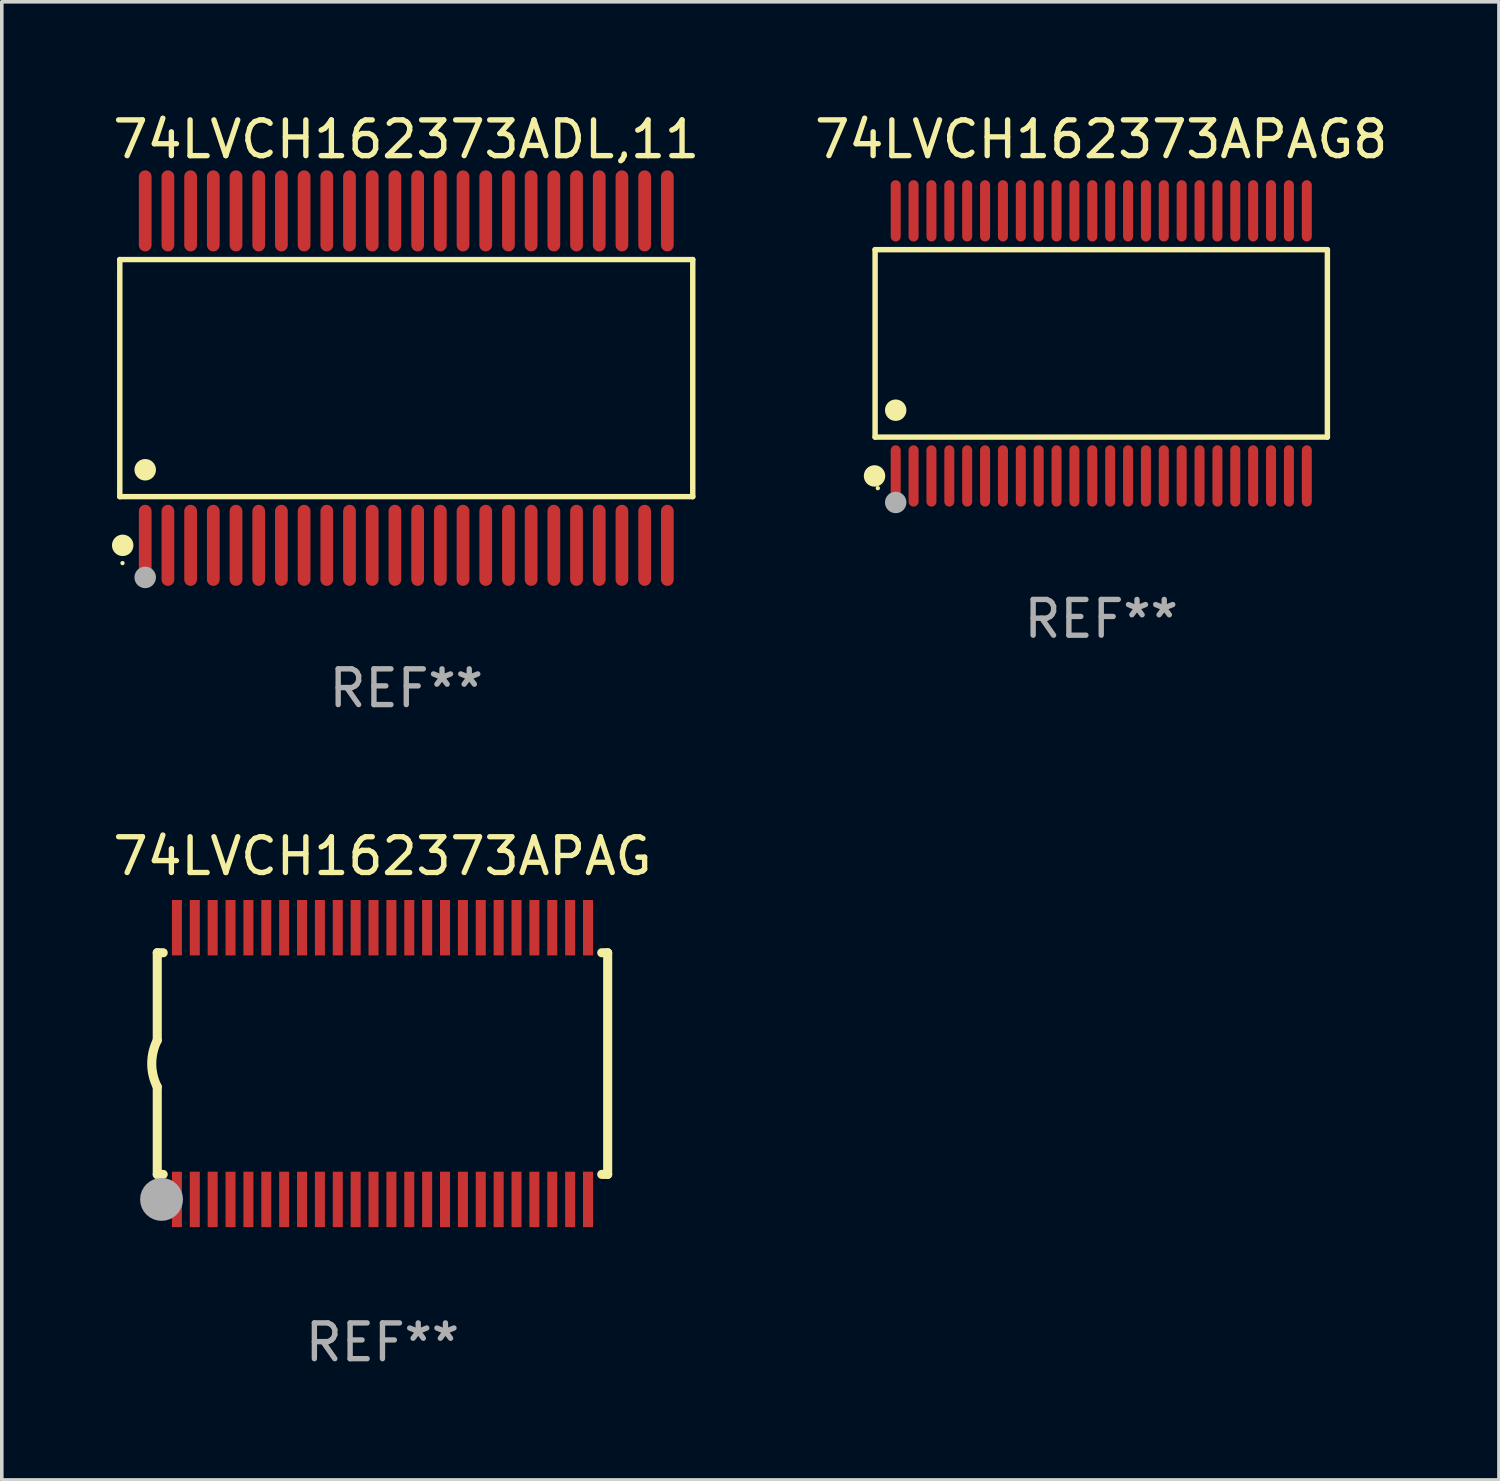
<source format=kicad_pcb>
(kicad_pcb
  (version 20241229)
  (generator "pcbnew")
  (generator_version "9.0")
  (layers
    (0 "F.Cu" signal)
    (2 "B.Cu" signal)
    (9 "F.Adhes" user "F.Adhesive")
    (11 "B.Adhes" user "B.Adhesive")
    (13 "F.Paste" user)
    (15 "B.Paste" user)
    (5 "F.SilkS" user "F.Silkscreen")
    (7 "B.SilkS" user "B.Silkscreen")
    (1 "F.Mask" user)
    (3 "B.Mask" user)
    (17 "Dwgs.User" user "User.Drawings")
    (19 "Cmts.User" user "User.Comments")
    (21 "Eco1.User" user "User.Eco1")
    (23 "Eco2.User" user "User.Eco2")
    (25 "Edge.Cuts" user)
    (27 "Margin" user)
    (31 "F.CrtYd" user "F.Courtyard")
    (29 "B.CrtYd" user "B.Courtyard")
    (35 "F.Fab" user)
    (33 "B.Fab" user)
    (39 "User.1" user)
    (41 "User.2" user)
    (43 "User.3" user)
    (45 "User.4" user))
  (footprint "74LVCH162373ADL,11"
    (layer "F.Cu")
    (at 8.315 7.527)
    (property "Reference" "74LVCH162373ADL,11" (at 0 -6.678 0) (layer "F.SilkS") (effects (font (size 1 1) (thickness 0.15))))
    (attr through_hole)
    (fp_line (start -8.014 -3.316) (end 8.014 -3.316) (stroke (width 0.152) (type solid)) (layer "F.SilkS"))
    (fp_line (start -8.014 3.316) (end -8.014 -3.316) (stroke (width 0.152) (type solid)) (layer "F.SilkS"))
    (fp_line (start 8.014 -3.316) (end 8.014 3.316) (stroke (width 0.152) (type solid)) (layer "F.SilkS"))
    (fp_line (start 8.014 3.316) (end -8.014 3.316) (stroke (width 0.152) (type solid)) (layer "F.SilkS"))
    (fp_circle (center -7.938 5.175) (end -7.908 5.175) (stroke (width 0.06) (type solid)) (fill no) (layer "F.SilkS"))
    (fp_circle (center -7.933 4.678) (end -7.783 4.678) (stroke (width 0.3) (type solid)) (fill no) (layer "F.SilkS"))
    (fp_circle (center -7.303 2.564) (end -7.152 2.564) (stroke (width 0.3) (type solid)) (fill no) (layer "F.SilkS"))
    (fp_circle (center -7.303 5.575) (end -7.152 5.575) (stroke (width 0.3) (type solid)) (fill no) (layer "F.Fab"))
    (fp_text user "REF**" (at 0 8.678 0) (layer "F.Fab") (effects (font (size 1 1) (thickness 0.15))))
    (pad "1" smd oval (at -7.303 4.678) (size 0.356 2.267) (layers "F.Cu" "F.Mask" "F.Paste"))
    (pad "2" smd oval (at -6.668 4.678) (size 0.356 2.267) (layers "F.Cu" "F.Mask" "F.Paste"))
    (pad "3" smd oval (at -6.033 4.678) (size 0.356 2.267) (layers "F.Cu" "F.Mask" "F.Paste"))
    (pad "4" smd oval (at -5.398 4.678) (size 0.356 2.267) (layers "F.Cu" "F.Mask" "F.Paste"))
    (pad "5" smd oval (at -4.763 4.678) (size 0.356 2.267) (layers "F.Cu" "F.Mask" "F.Paste"))
    (pad "6" smd oval (at -4.128 4.678) (size 0.356 2.267) (layers "F.Cu" "F.Mask" "F.Paste"))
    (pad "7" smd oval (at -3.493 4.678) (size 0.356 2.267) (layers "F.Cu" "F.Mask" "F.Paste"))
    (pad "8" smd oval (at -2.858 4.678) (size 0.356 2.267) (layers "F.Cu" "F.Mask" "F.Paste"))
    (pad "9" smd oval (at -2.223 4.678) (size 0.356 2.267) (layers "F.Cu" "F.Mask" "F.Paste"))
    (pad "10" smd oval (at -1.588 4.678) (size 0.356 2.267) (layers "F.Cu" "F.Mask" "F.Paste"))
    (pad "11" smd oval (at -0.953 4.678) (size 0.356 2.267) (layers "F.Cu" "F.Mask" "F.Paste"))
    (pad "12" smd oval (at -0.318 4.678) (size 0.356 2.267) (layers "F.Cu" "F.Mask" "F.Paste"))
    (pad "13" smd oval (at 0.318 4.678) (size 0.356 2.267) (layers "F.Cu" "F.Mask" "F.Paste"))
    (pad "14" smd oval (at 0.953 4.678) (size 0.356 2.267) (layers "F.Cu" "F.Mask" "F.Paste"))
    (pad "15" smd oval (at 1.588 4.678) (size 0.356 2.267) (layers "F.Cu" "F.Mask" "F.Paste"))
    (pad "16" smd oval (at 2.223 4.678) (size 0.356 2.267) (layers "F.Cu" "F.Mask" "F.Paste"))
    (pad "17" smd oval (at 2.858 4.678) (size 0.356 2.267) (layers "F.Cu" "F.Mask" "F.Paste"))
    (pad "18" smd oval (at 3.493 4.678) (size 0.356 2.267) (layers "F.Cu" "F.Mask" "F.Paste"))
    (pad "19" smd oval (at 4.128 4.678) (size 0.356 2.267) (layers "F.Cu" "F.Mask" "F.Paste"))
    (pad "20" smd oval (at 4.763 4.678) (size 0.356 2.267) (layers "F.Cu" "F.Mask" "F.Paste"))
    (pad "21" smd oval (at 5.398 4.678) (size 0.356 2.267) (layers "F.Cu" "F.Mask" "F.Paste"))
    (pad "22" smd oval (at 6.033 4.678) (size 0.356 2.267) (layers "F.Cu" "F.Mask" "F.Paste"))
    (pad "23" smd oval (at 6.668 4.678) (size 0.356 2.267) (layers "F.Cu" "F.Mask" "F.Paste"))
    (pad "24" smd oval (at 7.303 4.678) (size 0.356 2.267) (layers "F.Cu" "F.Mask" "F.Paste"))
    (pad "25" smd oval (at 7.303 -4.678) (size 0.356 2.267) (layers "F.Cu" "F.Mask" "F.Paste"))
    (pad "26" smd oval (at 6.668 -4.678) (size 0.356 2.267) (layers "F.Cu" "F.Mask" "F.Paste"))
    (pad "27" smd oval (at 6.033 -4.678) (size 0.356 2.267) (layers "F.Cu" "F.Mask" "F.Paste"))
    (pad "28" smd oval (at 5.398 -4.678) (size 0.356 2.267) (layers "F.Cu" "F.Mask" "F.Paste"))
    (pad "29" smd oval (at 4.763 -4.678) (size 0.356 2.267) (layers "F.Cu" "F.Mask" "F.Paste"))
    (pad "30" smd oval (at 4.128 -4.678) (size 0.356 2.267) (layers "F.Cu" "F.Mask" "F.Paste"))
    (pad "31" smd oval (at 3.493 -4.678) (size 0.356 2.267) (layers "F.Cu" "F.Mask" "F.Paste"))
    (pad "32" smd oval (at 2.858 -4.678) (size 0.356 2.267) (layers "F.Cu" "F.Mask" "F.Paste"))
    (pad "33" smd oval (at 2.223 -4.678) (size 0.356 2.267) (layers "F.Cu" "F.Mask" "F.Paste"))
    (pad "34" smd oval (at 1.588 -4.678) (size 0.356 2.267) (layers "F.Cu" "F.Mask" "F.Paste"))
    (pad "35" smd oval (at 0.953 -4.678) (size 0.356 2.267) (layers "F.Cu" "F.Mask" "F.Paste"))
    (pad "36" smd oval (at 0.318 -4.678) (size 0.356 2.267) (layers "F.Cu" "F.Mask" "F.Paste"))
    (pad "37" smd oval (at -0.318 -4.678) (size 0.356 2.267) (layers "F.Cu" "F.Mask" "F.Paste"))
    (pad "38" smd oval (at -0.953 -4.678) (size 0.356 2.267) (layers "F.Cu" "F.Mask" "F.Paste"))
    (pad "39" smd oval (at -1.588 -4.678) (size 0.356 2.267) (layers "F.Cu" "F.Mask" "F.Paste"))
    (pad "40" smd oval (at -2.223 -4.678) (size 0.356 2.267) (layers "F.Cu" "F.Mask" "F.Paste"))
    (pad "41" smd oval (at -2.858 -4.678) (size 0.356 2.267) (layers "F.Cu" "F.Mask" "F.Paste"))
    (pad "42" smd oval (at -3.493 -4.678) (size 0.356 2.267) (layers "F.Cu" "F.Mask" "F.Paste"))
    (pad "43" smd oval (at -4.128 -4.678) (size 0.356 2.267) (layers "F.Cu" "F.Mask" "F.Paste"))
    (pad "44" smd oval (at -4.763 -4.678) (size 0.356 2.267) (layers "F.Cu" "F.Mask" "F.Paste"))
    (pad "45" smd oval (at -5.398 -4.678) (size 0.356 2.267) (layers "F.Cu" "F.Mask" "F.Paste"))
    (pad "46" smd oval (at -6.033 -4.678) (size 0.356 2.267) (layers "F.Cu" "F.Mask" "F.Paste"))
    (pad "47" smd oval (at -6.668 -4.678) (size 0.356 2.267) (layers "F.Cu" "F.Mask" "F.Paste"))
    (pad "48" smd oval (at -7.303 -4.678) (size 0.356 2.267) (layers "F.Cu" "F.Mask" "F.Paste")))
  (footprint "74LVCH162373APAG"
    (layer "F.Cu")
    (at 7.649 26.702)
    (property "Reference" "74LVCH162373APAG" (at 0 -5.8 0) (layer "F.SilkS") (effects (font (size 1 1) (thickness 0.15))))
    (attr through_hole)
    (fp_line (start -6.3 -3.1) (end -6.3 -0.65) (stroke (width 0.254) (type solid)) (layer "F.SilkS"))
    (fp_line (start -6.3 -3.1) (end -6.134 -3.1) (stroke (width 0.254) (type solid)) (layer "F.SilkS"))
    (fp_line (start -6.3 3.1) (end -6.3 0.65) (stroke (width 0.254) (type solid)) (layer "F.SilkS"))
    (fp_line (start -6.3 3.1) (end -6.134 3.1) (stroke (width 0.254) (type solid)) (layer "F.SilkS"))
    (fp_line (start 6.134 -3.1) (end 6.3 -3.1) (stroke (width 0.254) (type solid)) (layer "F.SilkS"))
    (fp_line (start 6.134 3.1) (end 6.3 3.1) (stroke (width 0.254) (type solid)) (layer "F.SilkS"))
    (fp_line (start 6.3 -3.1) (end 6.3 3.1) (stroke (width 0.254) (type solid)) (layer "F.SilkS"))
    (fp_arc (start -6.301016 0.650114) (mid -6.45413 -0.000082) (end -6.3 -0.650038) (stroke (width 0.254001) (type solid)) (layer "F.SilkS"))
    (fp_circle (center -6.35 3.81) (end -6.223 3.81) (stroke (width 0.254) (type solid)) (fill no) (layer "F.SilkS"))
    (fp_circle (center -6.25 4.05) (end -6.22 4.05) (stroke (width 0.06) (type solid)) (fill no) (layer "F.SilkS"))
    (fp_circle (center -6.18 3.8) (end -5.88 3.8) (stroke (width 0.6) (type solid)) (fill no) (layer "F.Fab"))
    (fp_text user "REF**" (at 0 7.8 0) (layer "F.Fab") (effects (font (size 1 1) (thickness 0.15))))
    (pad "1" smd rect (at -5.75 3.8) (size 0.28 1.55) (layers "F.Cu" "F.Mask" "F.Paste"))
    (pad "2" smd rect (at -5.25 3.8) (size 0.28 1.55) (layers "F.Cu" "F.Mask" "F.Paste"))
    (pad "3" smd rect (at -4.75 3.8) (size 0.28 1.55) (layers "F.Cu" "F.Mask" "F.Paste"))
    (pad "4" smd rect (at -4.25 3.8) (size 0.28 1.55) (layers "F.Cu" "F.Mask" "F.Paste"))
    (pad "5" smd rect (at -3.75 3.8) (size 0.28 1.55) (layers "F.Cu" "F.Mask" "F.Paste"))
    (pad "6" smd rect (at -3.25 3.8) (size 0.28 1.55) (layers "F.Cu" "F.Mask" "F.Paste"))
    (pad "7" smd rect (at -2.75 3.8) (size 0.28 1.55) (layers "F.Cu" "F.Mask" "F.Paste"))
    (pad "8" smd rect (at -2.25 3.8) (size 0.28 1.55) (layers "F.Cu" "F.Mask" "F.Paste"))
    (pad "9" smd rect (at -1.75 3.8) (size 0.28 1.55) (layers "F.Cu" "F.Mask" "F.Paste"))
    (pad "10" smd rect (at -1.25 3.8) (size 0.28 1.55) (layers "F.Cu" "F.Mask" "F.Paste"))
    (pad "11" smd rect (at -0.75 3.8) (size 0.28 1.55) (layers "F.Cu" "F.Mask" "F.Paste"))
    (pad "12" smd rect (at -0.25 3.8) (size 0.28 1.55) (layers "F.Cu" "F.Mask" "F.Paste"))
    (pad "13" smd rect (at 0.25 3.8) (size 0.28 1.55) (layers "F.Cu" "F.Mask" "F.Paste"))
    (pad "14" smd rect (at 0.75 3.8) (size 0.28 1.55) (layers "F.Cu" "F.Mask" "F.Paste"))
    (pad "15" smd rect (at 1.25 3.8) (size 0.28 1.55) (layers "F.Cu" "F.Mask" "F.Paste"))
    (pad "16" smd rect (at 1.75 3.8) (size 0.28 1.55) (layers "F.Cu" "F.Mask" "F.Paste"))
    (pad "17" smd rect (at 2.25 3.8) (size 0.28 1.55) (layers "F.Cu" "F.Mask" "F.Paste"))
    (pad "18" smd rect (at 2.75 3.8) (size 0.28 1.55) (layers "F.Cu" "F.Mask" "F.Paste"))
    (pad "19" smd rect (at 3.25 3.8) (size 0.28 1.55) (layers "F.Cu" "F.Mask" "F.Paste"))
    (pad "20" smd rect (at 3.75 3.8) (size 0.28 1.55) (layers "F.Cu" "F.Mask" "F.Paste"))
    (pad "21" smd rect (at 4.25 3.8) (size 0.28 1.55) (layers "F.Cu" "F.Mask" "F.Paste"))
    (pad "22" smd rect (at 4.75 3.8) (size 0.28 1.55) (layers "F.Cu" "F.Mask" "F.Paste"))
    (pad "23" smd rect (at 5.25 3.8) (size 0.28 1.55) (layers "F.Cu" "F.Mask" "F.Paste"))
    (pad "24" smd rect (at 5.75 3.8) (size 0.28 1.55) (layers "F.Cu" "F.Mask" "F.Paste"))
    (pad "25" smd rect (at 5.75 -3.8) (size 0.28 1.55) (layers "F.Cu" "F.Mask" "F.Paste"))
    (pad "26" smd rect (at 5.25 -3.8) (size 0.28 1.55) (layers "F.Cu" "F.Mask" "F.Paste"))
    (pad "27" smd rect (at 4.75 -3.8) (size 0.28 1.55) (layers "F.Cu" "F.Mask" "F.Paste"))
    (pad "28" smd rect (at 4.25 -3.8) (size 0.28 1.55) (layers "F.Cu" "F.Mask" "F.Paste"))
    (pad "29" smd rect (at 3.75 -3.8) (size 0.28 1.55) (layers "F.Cu" "F.Mask" "F.Paste"))
    (pad "30" smd rect (at 3.25 -3.8) (size 0.28 1.55) (layers "F.Cu" "F.Mask" "F.Paste"))
    (pad "31" smd rect (at 2.75 -3.8) (size 0.28 1.55) (layers "F.Cu" "F.Mask" "F.Paste"))
    (pad "32" smd rect (at 2.25 -3.8) (size 0.28 1.55) (layers "F.Cu" "F.Mask" "F.Paste"))
    (pad "33" smd rect (at 1.75 -3.8) (size 0.28 1.55) (layers "F.Cu" "F.Mask" "F.Paste"))
    (pad "34" smd rect (at 1.25 -3.8) (size 0.28 1.55) (layers "F.Cu" "F.Mask" "F.Paste"))
    (pad "35" smd rect (at 0.75 -3.8) (size 0.28 1.55) (layers "F.Cu" "F.Mask" "F.Paste"))
    (pad "36" smd rect (at 0.25 -3.8) (size 0.28 1.55) (layers "F.Cu" "F.Mask" "F.Paste"))
    (pad "37" smd rect (at -0.25 -3.8) (size 0.28 1.55) (layers "F.Cu" "F.Mask" "F.Paste"))
    (pad "38" smd rect (at -0.75 -3.8) (size 0.28 1.55) (layers "F.Cu" "F.Mask" "F.Paste"))
    (pad "39" smd rect (at -1.25 -3.8) (size 0.28 1.55) (layers "F.Cu" "F.Mask" "F.Paste"))
    (pad "40" smd rect (at -1.75 -3.8) (size 0.28 1.55) (layers "F.Cu" "F.Mask" "F.Paste"))
    (pad "41" smd rect (at -2.25 -3.8) (size 0.28 1.55) (layers "F.Cu" "F.Mask" "F.Paste"))
    (pad "42" smd rect (at -2.75 -3.8) (size 0.28 1.55) (layers "F.Cu" "F.Mask" "F.Paste"))
    (pad "43" smd rect (at -3.25 -3.8) (size 0.28 1.55) (layers "F.Cu" "F.Mask" "F.Paste"))
    (pad "44" smd rect (at -3.75 -3.8) (size 0.28 1.55) (layers "F.Cu" "F.Mask" "F.Paste"))
    (pad "45" smd rect (at -4.25 -3.8) (size 0.28 1.55) (layers "F.Cu" "F.Mask" "F.Paste"))
    (pad "46" smd rect (at -4.75 -3.8) (size 0.28 1.55) (layers "F.Cu" "F.Mask" "F.Paste"))
    (pad "47" smd rect (at -5.25 -3.8) (size 0.28 1.55) (layers "F.Cu" "F.Mask" "F.Paste"))
    (pad "48" smd rect (at -5.75 -3.8) (size 0.28 1.55) (layers "F.Cu" "F.Mask" "F.Paste")))
  (footprint "74LVCH162373APAG8"
    (layer "F.Cu")
    (at 27.756 6.556)
    (property "Reference" "74LVCH162373APAG8" (at 0 -5.708 0) (layer "F.SilkS") (effects (font (size 1 1) (thickness 0.15))))
    (attr through_hole)
    (fp_line (start -6.326 -2.622) (end 6.326 -2.622) (stroke (width 0.152) (type solid)) (layer "F.SilkS"))
    (fp_line (start -6.326 2.621) (end -6.326 -2.622) (stroke (width 0.152) (type solid)) (layer "F.SilkS"))
    (fp_line (start 6.326 -2.622) (end 6.326 2.621) (stroke (width 0.152) (type solid)) (layer "F.SilkS"))
    (fp_line (start 6.326 2.621) (end -6.326 2.621) (stroke (width 0.152) (type solid)) (layer "F.SilkS"))
    (fp_circle (center -6.342 3.708) (end -6.192 3.708) (stroke (width 0.3) (type solid)) (fill no) (layer "F.SilkS"))
    (fp_circle (center -6.25 4.05) (end -6.22 4.05) (stroke (width 0.06) (type solid)) (fill no) (layer "F.SilkS"))
    (fp_circle (center -5.75 1.869) (end -5.6 1.869) (stroke (width 0.3) (type solid)) (fill no) (layer "F.SilkS"))
    (fp_circle (center -5.75 4.45) (end -5.6 4.45) (stroke (width 0.3) (type solid)) (fill no) (layer "F.Fab"))
    (fp_text user "REF**" (at 0 7.708 0) (layer "F.Fab") (effects (font (size 1 1) (thickness 0.15))))
    (pad "1" smd oval (at -5.75 3.708) (size 0.28 1.715) (layers "F.Cu" "F.Mask" "F.Paste"))
    (pad "2" smd oval (at -5.25 3.708) (size 0.28 1.715) (layers "F.Cu" "F.Mask" "F.Paste"))
    (pad "3" smd oval (at -4.75 3.708) (size 0.28 1.715) (layers "F.Cu" "F.Mask" "F.Paste"))
    (pad "4" smd oval (at -4.25 3.708) (size 0.28 1.715) (layers "F.Cu" "F.Mask" "F.Paste"))
    (pad "5" smd oval (at -3.75 3.708) (size 0.28 1.715) (layers "F.Cu" "F.Mask" "F.Paste"))
    (pad "6" smd oval (at -3.25 3.708) (size 0.28 1.715) (layers "F.Cu" "F.Mask" "F.Paste"))
    (pad "7" smd oval (at -2.75 3.708) (size 0.28 1.715) (layers "F.Cu" "F.Mask" "F.Paste"))
    (pad "8" smd oval (at -2.25 3.708) (size 0.28 1.715) (layers "F.Cu" "F.Mask" "F.Paste"))
    (pad "9" smd oval (at -1.75 3.708) (size 0.28 1.715) (layers "F.Cu" "F.Mask" "F.Paste"))
    (pad "10" smd oval (at -1.25 3.708) (size 0.28 1.715) (layers "F.Cu" "F.Mask" "F.Paste"))
    (pad "11" smd oval (at -0.75 3.708) (size 0.28 1.715) (layers "F.Cu" "F.Mask" "F.Paste"))
    (pad "12" smd oval (at -0.25 3.708) (size 0.28 1.715) (layers "F.Cu" "F.Mask" "F.Paste"))
    (pad "13" smd oval (at 0.25 3.708) (size 0.28 1.715) (layers "F.Cu" "F.Mask" "F.Paste"))
    (pad "14" smd oval (at 0.75 3.708) (size 0.28 1.715) (layers "F.Cu" "F.Mask" "F.Paste"))
    (pad "15" smd oval (at 1.25 3.708) (size 0.28 1.715) (layers "F.Cu" "F.Mask" "F.Paste"))
    (pad "16" smd oval (at 1.75 3.708) (size 0.28 1.715) (layers "F.Cu" "F.Mask" "F.Paste"))
    (pad "17" smd oval (at 2.25 3.708) (size 0.28 1.715) (layers "F.Cu" "F.Mask" "F.Paste"))
    (pad "18" smd oval (at 2.75 3.708) (size 0.28 1.715) (layers "F.Cu" "F.Mask" "F.Paste"))
    (pad "19" smd oval (at 3.25 3.708) (size 0.28 1.715) (layers "F.Cu" "F.Mask" "F.Paste"))
    (pad "20" smd oval (at 3.75 3.708) (size 0.28 1.715) (layers "F.Cu" "F.Mask" "F.Paste"))
    (pad "21" smd oval (at 4.25 3.708) (size 0.28 1.715) (layers "F.Cu" "F.Mask" "F.Paste"))
    (pad "22" smd oval (at 4.75 3.708) (size 0.28 1.715) (layers "F.Cu" "F.Mask" "F.Paste"))
    (pad "23" smd oval (at 5.25 3.708) (size 0.28 1.715) (layers "F.Cu" "F.Mask" "F.Paste"))
    (pad "24" smd oval (at 5.75 3.708) (size 0.28 1.715) (layers "F.Cu" "F.Mask" "F.Paste"))
    (pad "25" smd oval (at 5.75 -3.708) (size 0.28 1.715) (layers "F.Cu" "F.Mask" "F.Paste"))
    (pad "26" smd oval (at 5.25 -3.708) (size 0.28 1.715) (layers "F.Cu" "F.Mask" "F.Paste"))
    (pad "27" smd oval (at 4.75 -3.708) (size 0.28 1.715) (layers "F.Cu" "F.Mask" "F.Paste"))
    (pad "28" smd oval (at 4.25 -3.708) (size 0.28 1.715) (layers "F.Cu" "F.Mask" "F.Paste"))
    (pad "29" smd oval (at 3.75 -3.708) (size 0.28 1.715) (layers "F.Cu" "F.Mask" "F.Paste"))
    (pad "30" smd oval (at 3.25 -3.708) (size 0.28 1.715) (layers "F.Cu" "F.Mask" "F.Paste"))
    (pad "31" smd oval (at 2.75 -3.708) (size 0.28 1.715) (layers "F.Cu" "F.Mask" "F.Paste"))
    (pad "32" smd oval (at 2.25 -3.708) (size 0.28 1.715) (layers "F.Cu" "F.Mask" "F.Paste"))
    (pad "33" smd oval (at 1.75 -3.708) (size 0.28 1.715) (layers "F.Cu" "F.Mask" "F.Paste"))
    (pad "34" smd oval (at 1.25 -3.708) (size 0.28 1.715) (layers "F.Cu" "F.Mask" "F.Paste"))
    (pad "35" smd oval (at 0.75 -3.708) (size 0.28 1.715) (layers "F.Cu" "F.Mask" "F.Paste"))
    (pad "36" smd oval (at 0.25 -3.708) (size 0.28 1.715) (layers "F.Cu" "F.Mask" "F.Paste"))
    (pad "37" smd oval (at -0.25 -3.708) (size 0.28 1.715) (layers "F.Cu" "F.Mask" "F.Paste"))
    (pad "38" smd oval (at -0.75 -3.708) (size 0.28 1.715) (layers "F.Cu" "F.Mask" "F.Paste"))
    (pad "39" smd oval (at -1.25 -3.708) (size 0.28 1.715) (layers "F.Cu" "F.Mask" "F.Paste"))
    (pad "40" smd oval (at -1.75 -3.708) (size 0.28 1.715) (layers "F.Cu" "F.Mask" "F.Paste"))
    (pad "41" smd oval (at -2.25 -3.708) (size 0.28 1.715) (layers "F.Cu" "F.Mask" "F.Paste"))
    (pad "42" smd oval (at -2.75 -3.708) (size 0.28 1.715) (layers "F.Cu" "F.Mask" "F.Paste"))
    (pad "43" smd oval (at -3.25 -3.708) (size 0.28 1.715) (layers "F.Cu" "F.Mask" "F.Paste"))
    (pad "44" smd oval (at -3.75 -3.708) (size 0.28 1.715) (layers "F.Cu" "F.Mask" "F.Paste"))
    (pad "45" smd oval (at -4.25 -3.708) (size 0.28 1.715) (layers "F.Cu" "F.Mask" "F.Paste"))
    (pad "46" smd oval (at -4.75 -3.708) (size 0.28 1.715) (layers "F.Cu" "F.Mask" "F.Paste"))
    (pad "47" smd oval (at -5.25 -3.708) (size 0.28 1.715) (layers "F.Cu" "F.Mask" "F.Paste"))
    (pad "48" smd oval (at -5.75 -3.708) (size 0.28 1.715) (layers "F.Cu" "F.Mask" "F.Paste")))
  (gr_rect
    (start -3 -3)
    (end 38.881 38.35)
    (stroke (width 0.1) (type default))
    (fill no)
    (layer "Edge.Cuts")))
</source>
